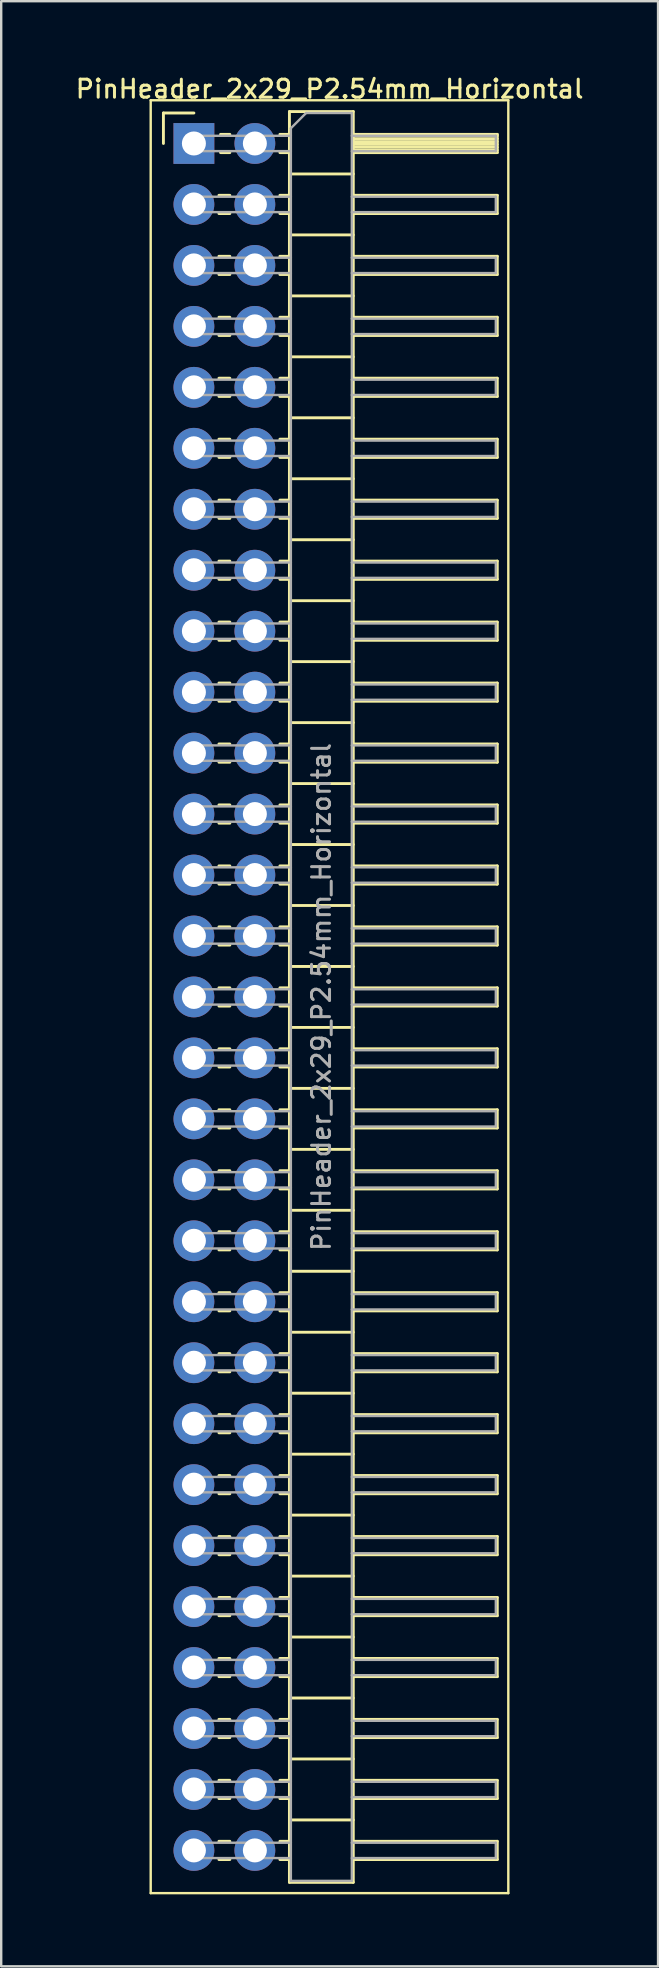
<source format=kicad_pcb>
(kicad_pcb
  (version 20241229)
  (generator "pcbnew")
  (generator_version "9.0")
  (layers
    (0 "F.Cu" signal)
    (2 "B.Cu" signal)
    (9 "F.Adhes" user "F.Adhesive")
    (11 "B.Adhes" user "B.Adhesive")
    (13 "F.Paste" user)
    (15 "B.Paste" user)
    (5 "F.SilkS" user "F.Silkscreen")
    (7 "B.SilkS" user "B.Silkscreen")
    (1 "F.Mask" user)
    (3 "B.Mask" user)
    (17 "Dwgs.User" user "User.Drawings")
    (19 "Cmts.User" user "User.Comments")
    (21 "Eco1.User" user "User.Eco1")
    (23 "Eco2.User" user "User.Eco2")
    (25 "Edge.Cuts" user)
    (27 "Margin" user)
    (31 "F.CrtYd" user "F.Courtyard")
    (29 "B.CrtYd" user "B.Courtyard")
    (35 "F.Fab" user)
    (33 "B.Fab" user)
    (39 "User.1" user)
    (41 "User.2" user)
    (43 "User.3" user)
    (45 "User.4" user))
  (footprint "PinHeader_2x29_P2.54mm_Horizontal"
    (layer "F.Cu")
    (at 5.029 2.928)
    (property "Reference" "PinHeader_2x29_P2.54mm_Horizontal" (at 5.655 -2.27 0) (layer "F.SilkS") (effects (font (size 0.75 0.75) (thickness 0.125))))
    (attr through_hole)
    (fp_line (start -1.8 -1.8) (end -1.8 72.9) (stroke (width 0.1) (type solid)) (layer "F.SilkS"))
    (fp_line (start -1.8 72.9) (end 13.1 72.9) (stroke (width 0.1) (type solid)) (layer "F.SilkS"))
    (fp_line (start -1.27 -1.27) (end 0 -1.27) (stroke (width 0.12) (type solid)) (layer "F.SilkS"))
    (fp_line (start -1.27 0) (end -1.27 -1.27) (stroke (width 0.12) (type solid)) (layer "F.SilkS"))
    (fp_line (start 1.043 2.16) (end 1.497 2.16) (stroke (width 0.12) (type solid)) (layer "F.SilkS"))
    (fp_line (start 1.043 2.92) (end 1.497 2.92) (stroke (width 0.12) (type solid)) (layer "F.SilkS"))
    (fp_line (start 1.043 4.7) (end 1.497 4.7) (stroke (width 0.12) (type solid)) (layer "F.SilkS"))
    (fp_line (start 1.043 5.46) (end 1.497 5.46) (stroke (width 0.12) (type solid)) (layer "F.SilkS"))
    (fp_line (start 1.043 7.24) (end 1.497 7.24) (stroke (width 0.12) (type solid)) (layer "F.SilkS"))
    (fp_line (start 1.043 8) (end 1.497 8) (stroke (width 0.12) (type solid)) (layer "F.SilkS"))
    (fp_line (start 1.043 9.78) (end 1.497 9.78) (stroke (width 0.12) (type solid)) (layer "F.SilkS"))
    (fp_line (start 1.043 10.54) (end 1.497 10.54) (stroke (width 0.12) (type solid)) (layer "F.SilkS"))
    (fp_line (start 1.043 12.32) (end 1.497 12.32) (stroke (width 0.12) (type solid)) (layer "F.SilkS"))
    (fp_line (start 1.043 13.08) (end 1.497 13.08) (stroke (width 0.12) (type solid)) (layer "F.SilkS"))
    (fp_line (start 1.043 14.86) (end 1.497 14.86) (stroke (width 0.12) (type solid)) (layer "F.SilkS"))
    (fp_line (start 1.043 15.62) (end 1.497 15.62) (stroke (width 0.12) (type solid)) (layer "F.SilkS"))
    (fp_line (start 1.043 17.4) (end 1.497 17.4) (stroke (width 0.12) (type solid)) (layer "F.SilkS"))
    (fp_line (start 1.043 18.16) (end 1.497 18.16) (stroke (width 0.12) (type solid)) (layer "F.SilkS"))
    (fp_line (start 1.043 19.94) (end 1.497 19.94) (stroke (width 0.12) (type solid)) (layer "F.SilkS"))
    (fp_line (start 1.043 20.7) (end 1.497 20.7) (stroke (width 0.12) (type solid)) (layer "F.SilkS"))
    (fp_line (start 1.043 22.48) (end 1.497 22.48) (stroke (width 0.12) (type solid)) (layer "F.SilkS"))
    (fp_line (start 1.043 23.24) (end 1.497 23.24) (stroke (width 0.12) (type solid)) (layer "F.SilkS"))
    (fp_line (start 1.043 25.02) (end 1.497 25.02) (stroke (width 0.12) (type solid)) (layer "F.SilkS"))
    (fp_line (start 1.043 25.78) (end 1.497 25.78) (stroke (width 0.12) (type solid)) (layer "F.SilkS"))
    (fp_line (start 1.043 27.56) (end 1.497 27.56) (stroke (width 0.12) (type solid)) (layer "F.SilkS"))
    (fp_line (start 1.043 28.32) (end 1.497 28.32) (stroke (width 0.12) (type solid)) (layer "F.SilkS"))
    (fp_line (start 1.043 30.1) (end 1.497 30.1) (stroke (width 0.12) (type solid)) (layer "F.SilkS"))
    (fp_line (start 1.043 30.86) (end 1.497 30.86) (stroke (width 0.12) (type solid)) (layer "F.SilkS"))
    (fp_line (start 1.043 32.64) (end 1.497 32.64) (stroke (width 0.12) (type solid)) (layer "F.SilkS"))
    (fp_line (start 1.043 33.4) (end 1.497 33.4) (stroke (width 0.12) (type solid)) (layer "F.SilkS"))
    (fp_line (start 1.043 35.18) (end 1.497 35.18) (stroke (width 0.12) (type solid)) (layer "F.SilkS"))
    (fp_line (start 1.043 35.94) (end 1.497 35.94) (stroke (width 0.12) (type solid)) (layer "F.SilkS"))
    (fp_line (start 1.043 37.72) (end 1.497 37.72) (stroke (width 0.12) (type solid)) (layer "F.SilkS"))
    (fp_line (start 1.043 38.48) (end 1.497 38.48) (stroke (width 0.12) (type solid)) (layer "F.SilkS"))
    (fp_line (start 1.043 40.26) (end 1.497 40.26) (stroke (width 0.12) (type solid)) (layer "F.SilkS"))
    (fp_line (start 1.043 41.02) (end 1.497 41.02) (stroke (width 0.12) (type solid)) (layer "F.SilkS"))
    (fp_line (start 1.043 42.8) (end 1.497 42.8) (stroke (width 0.12) (type solid)) (layer "F.SilkS"))
    (fp_line (start 1.043 43.56) (end 1.497 43.56) (stroke (width 0.12) (type solid)) (layer "F.SilkS"))
    (fp_line (start 1.043 45.34) (end 1.497 45.34) (stroke (width 0.12) (type solid)) (layer "F.SilkS"))
    (fp_line (start 1.043 46.1) (end 1.497 46.1) (stroke (width 0.12) (type solid)) (layer "F.SilkS"))
    (fp_line (start 1.043 47.88) (end 1.497 47.88) (stroke (width 0.12) (type solid)) (layer "F.SilkS"))
    (fp_line (start 1.043 48.64) (end 1.497 48.64) (stroke (width 0.12) (type solid)) (layer "F.SilkS"))
    (fp_line (start 1.043 50.42) (end 1.497 50.42) (stroke (width 0.12) (type solid)) (layer "F.SilkS"))
    (fp_line (start 1.043 51.18) (end 1.497 51.18) (stroke (width 0.12) (type solid)) (layer "F.SilkS"))
    (fp_line (start 1.043 52.96) (end 1.497 52.96) (stroke (width 0.12) (type solid)) (layer "F.SilkS"))
    (fp_line (start 1.043 53.72) (end 1.497 53.72) (stroke (width 0.12) (type solid)) (layer "F.SilkS"))
    (fp_line (start 1.043 55.5) (end 1.497 55.5) (stroke (width 0.12) (type solid)) (layer "F.SilkS"))
    (fp_line (start 1.043 56.26) (end 1.497 56.26) (stroke (width 0.12) (type solid)) (layer "F.SilkS"))
    (fp_line (start 1.043 58.04) (end 1.497 58.04) (stroke (width 0.12) (type solid)) (layer "F.SilkS"))
    (fp_line (start 1.043 58.8) (end 1.497 58.8) (stroke (width 0.12) (type solid)) (layer "F.SilkS"))
    (fp_line (start 1.043 60.58) (end 1.497 60.58) (stroke (width 0.12) (type solid)) (layer "F.SilkS"))
    (fp_line (start 1.043 61.34) (end 1.497 61.34) (stroke (width 0.12) (type solid)) (layer "F.SilkS"))
    (fp_line (start 1.043 63.12) (end 1.497 63.12) (stroke (width 0.12) (type solid)) (layer "F.SilkS"))
    (fp_line (start 1.043 63.88) (end 1.497 63.88) (stroke (width 0.12) (type solid)) (layer "F.SilkS"))
    (fp_line (start 1.043 65.66) (end 1.497 65.66) (stroke (width 0.12) (type solid)) (layer "F.SilkS"))
    (fp_line (start 1.043 66.42) (end 1.497 66.42) (stroke (width 0.12) (type solid)) (layer "F.SilkS"))
    (fp_line (start 1.043 68.2) (end 1.497 68.2) (stroke (width 0.12) (type solid)) (layer "F.SilkS"))
    (fp_line (start 1.043 68.96) (end 1.497 68.96) (stroke (width 0.12) (type solid)) (layer "F.SilkS"))
    (fp_line (start 1.043 70.74) (end 1.497 70.74) (stroke (width 0.12) (type solid)) (layer "F.SilkS"))
    (fp_line (start 1.043 71.5) (end 1.497 71.5) (stroke (width 0.12) (type solid)) (layer "F.SilkS"))
    (fp_line (start 1.11 -0.38) (end 1.497 -0.38) (stroke (width 0.12) (type solid)) (layer "F.SilkS"))
    (fp_line (start 1.11 0.38) (end 1.497 0.38) (stroke (width 0.12) (type solid)) (layer "F.SilkS"))
    (fp_line (start 3.583 -0.38) (end 3.98 -0.38) (stroke (width 0.12) (type solid)) (layer "F.SilkS"))
    (fp_line (start 3.583 0.38) (end 3.98 0.38) (stroke (width 0.12) (type solid)) (layer "F.SilkS"))
    (fp_line (start 3.583 2.16) (end 3.98 2.16) (stroke (width 0.12) (type solid)) (layer "F.SilkS"))
    (fp_line (start 3.583 2.92) (end 3.98 2.92) (stroke (width 0.12) (type solid)) (layer "F.SilkS"))
    (fp_line (start 3.583 4.7) (end 3.98 4.7) (stroke (width 0.12) (type solid)) (layer "F.SilkS"))
    (fp_line (start 3.583 5.46) (end 3.98 5.46) (stroke (width 0.12) (type solid)) (layer "F.SilkS"))
    (fp_line (start 3.583 7.24) (end 3.98 7.24) (stroke (width 0.12) (type solid)) (layer "F.SilkS"))
    (fp_line (start 3.583 8) (end 3.98 8) (stroke (width 0.12) (type solid)) (layer "F.SilkS"))
    (fp_line (start 3.583 9.78) (end 3.98 9.78) (stroke (width 0.12) (type solid)) (layer "F.SilkS"))
    (fp_line (start 3.583 10.54) (end 3.98 10.54) (stroke (width 0.12) (type solid)) (layer "F.SilkS"))
    (fp_line (start 3.583 12.32) (end 3.98 12.32) (stroke (width 0.12) (type solid)) (layer "F.SilkS"))
    (fp_line (start 3.583 13.08) (end 3.98 13.08) (stroke (width 0.12) (type solid)) (layer "F.SilkS"))
    (fp_line (start 3.583 14.86) (end 3.98 14.86) (stroke (width 0.12) (type solid)) (layer "F.SilkS"))
    (fp_line (start 3.583 15.62) (end 3.98 15.62) (stroke (width 0.12) (type solid)) (layer "F.SilkS"))
    (fp_line (start 3.583 17.4) (end 3.98 17.4) (stroke (width 0.12) (type solid)) (layer "F.SilkS"))
    (fp_line (start 3.583 18.16) (end 3.98 18.16) (stroke (width 0.12) (type solid)) (layer "F.SilkS"))
    (fp_line (start 3.583 19.94) (end 3.98 19.94) (stroke (width 0.12) (type solid)) (layer "F.SilkS"))
    (fp_line (start 3.583 20.7) (end 3.98 20.7) (stroke (width 0.12) (type solid)) (layer "F.SilkS"))
    (fp_line (start 3.583 22.48) (end 3.98 22.48) (stroke (width 0.12) (type solid)) (layer "F.SilkS"))
    (fp_line (start 3.583 23.24) (end 3.98 23.24) (stroke (width 0.12) (type solid)) (layer "F.SilkS"))
    (fp_line (start 3.583 25.02) (end 3.98 25.02) (stroke (width 0.12) (type solid)) (layer "F.SilkS"))
    (fp_line (start 3.583 25.78) (end 3.98 25.78) (stroke (width 0.12) (type solid)) (layer "F.SilkS"))
    (fp_line (start 3.583 27.56) (end 3.98 27.56) (stroke (width 0.12) (type solid)) (layer "F.SilkS"))
    (fp_line (start 3.583 28.32) (end 3.98 28.32) (stroke (width 0.12) (type solid)) (layer "F.SilkS"))
    (fp_line (start 3.583 30.1) (end 3.98 30.1) (stroke (width 0.12) (type solid)) (layer "F.SilkS"))
    (fp_line (start 3.583 30.86) (end 3.98 30.86) (stroke (width 0.12) (type solid)) (layer "F.SilkS"))
    (fp_line (start 3.583 32.64) (end 3.98 32.64) (stroke (width 0.12) (type solid)) (layer "F.SilkS"))
    (fp_line (start 3.583 33.4) (end 3.98 33.4) (stroke (width 0.12) (type solid)) (layer "F.SilkS"))
    (fp_line (start 3.583 35.18) (end 3.98 35.18) (stroke (width 0.12) (type solid)) (layer "F.SilkS"))
    (fp_line (start 3.583 35.94) (end 3.98 35.94) (stroke (width 0.12) (type solid)) (layer "F.SilkS"))
    (fp_line (start 3.583 37.72) (end 3.98 37.72) (stroke (width 0.12) (type solid)) (layer "F.SilkS"))
    (fp_line (start 3.583 38.48) (end 3.98 38.48) (stroke (width 0.12) (type solid)) (layer "F.SilkS"))
    (fp_line (start 3.583 40.26) (end 3.98 40.26) (stroke (width 0.12) (type solid)) (layer "F.SilkS"))
    (fp_line (start 3.583 41.02) (end 3.98 41.02) (stroke (width 0.12) (type solid)) (layer "F.SilkS"))
    (fp_line (start 3.583 42.8) (end 3.98 42.8) (stroke (width 0.12) (type solid)) (layer "F.SilkS"))
    (fp_line (start 3.583 43.56) (end 3.98 43.56) (stroke (width 0.12) (type solid)) (layer "F.SilkS"))
    (fp_line (start 3.583 45.34) (end 3.98 45.34) (stroke (width 0.12) (type solid)) (layer "F.SilkS"))
    (fp_line (start 3.583 46.1) (end 3.98 46.1) (stroke (width 0.12) (type solid)) (layer "F.SilkS"))
    (fp_line (start 3.583 47.88) (end 3.98 47.88) (stroke (width 0.12) (type solid)) (layer "F.SilkS"))
    (fp_line (start 3.583 48.64) (end 3.98 48.64) (stroke (width 0.12) (type solid)) (layer "F.SilkS"))
    (fp_line (start 3.583 50.42) (end 3.98 50.42) (stroke (width 0.12) (type solid)) (layer "F.SilkS"))
    (fp_line (start 3.583 51.18) (end 3.98 51.18) (stroke (width 0.12) (type solid)) (layer "F.SilkS"))
    (fp_line (start 3.583 52.96) (end 3.98 52.96) (stroke (width 0.12) (type solid)) (layer "F.SilkS"))
    (fp_line (start 3.583 53.72) (end 3.98 53.72) (stroke (width 0.12) (type solid)) (layer "F.SilkS"))
    (fp_line (start 3.583 55.5) (end 3.98 55.5) (stroke (width 0.12) (type solid)) (layer "F.SilkS"))
    (fp_line (start 3.583 56.26) (end 3.98 56.26) (stroke (width 0.12) (type solid)) (layer "F.SilkS"))
    (fp_line (start 3.583 58.04) (end 3.98 58.04) (stroke (width 0.12) (type solid)) (layer "F.SilkS"))
    (fp_line (start 3.583 58.8) (end 3.98 58.8) (stroke (width 0.12) (type solid)) (layer "F.SilkS"))
    (fp_line (start 3.583 60.58) (end 3.98 60.58) (stroke (width 0.12) (type solid)) (layer "F.SilkS"))
    (fp_line (start 3.583 61.34) (end 3.98 61.34) (stroke (width 0.12) (type solid)) (layer "F.SilkS"))
    (fp_line (start 3.583 63.12) (end 3.98 63.12) (stroke (width 0.12) (type solid)) (layer "F.SilkS"))
    (fp_line (start 3.583 63.88) (end 3.98 63.88) (stroke (width 0.12) (type solid)) (layer "F.SilkS"))
    (fp_line (start 3.583 65.66) (end 3.98 65.66) (stroke (width 0.12) (type solid)) (layer "F.SilkS"))
    (fp_line (start 3.583 66.42) (end 3.98 66.42) (stroke (width 0.12) (type solid)) (layer "F.SilkS"))
    (fp_line (start 3.583 68.2) (end 3.98 68.2) (stroke (width 0.12) (type solid)) (layer "F.SilkS"))
    (fp_line (start 3.583 68.96) (end 3.98 68.96) (stroke (width 0.12) (type solid)) (layer "F.SilkS"))
    (fp_line (start 3.583 70.74) (end 3.98 70.74) (stroke (width 0.12) (type solid)) (layer "F.SilkS"))
    (fp_line (start 3.583 71.5) (end 3.98 71.5) (stroke (width 0.12) (type solid)) (layer "F.SilkS"))
    (fp_line (start 3.98 -1.33) (end 3.98 72.45) (stroke (width 0.12) (type solid)) (layer "F.SilkS"))
    (fp_line (start 3.98 1.27) (end 6.64 1.27) (stroke (width 0.12) (type solid)) (layer "F.SilkS"))
    (fp_line (start 3.98 3.81) (end 6.64 3.81) (stroke (width 0.12) (type solid)) (layer "F.SilkS"))
    (fp_line (start 3.98 6.35) (end 6.64 6.35) (stroke (width 0.12) (type solid)) (layer "F.SilkS"))
    (fp_line (start 3.98 8.89) (end 6.64 8.89) (stroke (width 0.12) (type solid)) (layer "F.SilkS"))
    (fp_line (start 3.98 11.43) (end 6.64 11.43) (stroke (width 0.12) (type solid)) (layer "F.SilkS"))
    (fp_line (start 3.98 13.97) (end 6.64 13.97) (stroke (width 0.12) (type solid)) (layer "F.SilkS"))
    (fp_line (start 3.98 16.51) (end 6.64 16.51) (stroke (width 0.12) (type solid)) (layer "F.SilkS"))
    (fp_line (start 3.98 19.05) (end 6.64 19.05) (stroke (width 0.12) (type solid)) (layer "F.SilkS"))
    (fp_line (start 3.98 21.59) (end 6.64 21.59) (stroke (width 0.12) (type solid)) (layer "F.SilkS"))
    (fp_line (start 3.98 24.13) (end 6.64 24.13) (stroke (width 0.12) (type solid)) (layer "F.SilkS"))
    (fp_line (start 3.98 26.67) (end 6.64 26.67) (stroke (width 0.12) (type solid)) (layer "F.SilkS"))
    (fp_line (start 3.98 29.21) (end 6.64 29.21) (stroke (width 0.12) (type solid)) (layer "F.SilkS"))
    (fp_line (start 3.98 31.75) (end 6.64 31.75) (stroke (width 0.12) (type solid)) (layer "F.SilkS"))
    (fp_line (start 3.98 34.29) (end 6.64 34.29) (stroke (width 0.12) (type solid)) (layer "F.SilkS"))
    (fp_line (start 3.98 36.83) (end 6.64 36.83) (stroke (width 0.12) (type solid)) (layer "F.SilkS"))
    (fp_line (start 3.98 39.37) (end 6.64 39.37) (stroke (width 0.12) (type solid)) (layer "F.SilkS"))
    (fp_line (start 3.98 41.91) (end 6.64 41.91) (stroke (width 0.12) (type solid)) (layer "F.SilkS"))
    (fp_line (start 3.98 44.45) (end 6.64 44.45) (stroke (width 0.12) (type solid)) (layer "F.SilkS"))
    (fp_line (start 3.98 46.99) (end 6.64 46.99) (stroke (width 0.12) (type solid)) (layer "F.SilkS"))
    (fp_line (start 3.98 49.53) (end 6.64 49.53) (stroke (width 0.12) (type solid)) (layer "F.SilkS"))
    (fp_line (start 3.98 52.07) (end 6.64 52.07) (stroke (width 0.12) (type solid)) (layer "F.SilkS"))
    (fp_line (start 3.98 54.61) (end 6.64 54.61) (stroke (width 0.12) (type solid)) (layer "F.SilkS"))
    (fp_line (start 3.98 57.15) (end 6.64 57.15) (stroke (width 0.12) (type solid)) (layer "F.SilkS"))
    (fp_line (start 3.98 59.69) (end 6.64 59.69) (stroke (width 0.12) (type solid)) (layer "F.SilkS"))
    (fp_line (start 3.98 62.23) (end 6.64 62.23) (stroke (width 0.12) (type solid)) (layer "F.SilkS"))
    (fp_line (start 3.98 64.77) (end 6.64 64.77) (stroke (width 0.12) (type solid)) (layer "F.SilkS"))
    (fp_line (start 3.98 67.31) (end 6.64 67.31) (stroke (width 0.12) (type solid)) (layer "F.SilkS"))
    (fp_line (start 3.98 69.85) (end 6.64 69.85) (stroke (width 0.12) (type solid)) (layer "F.SilkS"))
    (fp_line (start 3.98 72.45) (end 6.64 72.45) (stroke (width 0.12) (type solid)) (layer "F.SilkS"))
    (fp_line (start 6.64 -1.33) (end 3.98 -1.33) (stroke (width 0.12) (type solid)) (layer "F.SilkS"))
    (fp_line (start 6.64 -0.38) (end 12.64 -0.38) (stroke (width 0.12) (type solid)) (layer "F.SilkS"))
    (fp_line (start 6.64 -0.32) (end 12.64 -0.32) (stroke (width 0.12) (type solid)) (layer "F.SilkS"))
    (fp_line (start 6.64 -0.2) (end 12.64 -0.2) (stroke (width 0.12) (type solid)) (layer "F.SilkS"))
    (fp_line (start 6.64 -0.08) (end 12.64 -0.08) (stroke (width 0.12) (type solid)) (layer "F.SilkS"))
    (fp_line (start 6.64 0.04) (end 12.64 0.04) (stroke (width 0.12) (type solid)) (layer "F.SilkS"))
    (fp_line (start 6.64 0.16) (end 12.64 0.16) (stroke (width 0.12) (type solid)) (layer "F.SilkS"))
    (fp_line (start 6.64 0.28) (end 12.64 0.28) (stroke (width 0.12) (type solid)) (layer "F.SilkS"))
    (fp_line (start 6.64 2.16) (end 12.64 2.16) (stroke (width 0.12) (type solid)) (layer "F.SilkS"))
    (fp_line (start 6.64 4.7) (end 12.64 4.7) (stroke (width 0.12) (type solid)) (layer "F.SilkS"))
    (fp_line (start 6.64 7.24) (end 12.64 7.24) (stroke (width 0.12) (type solid)) (layer "F.SilkS"))
    (fp_line (start 6.64 9.78) (end 12.64 9.78) (stroke (width 0.12) (type solid)) (layer "F.SilkS"))
    (fp_line (start 6.64 12.32) (end 12.64 12.32) (stroke (width 0.12) (type solid)) (layer "F.SilkS"))
    (fp_line (start 6.64 14.86) (end 12.64 14.86) (stroke (width 0.12) (type solid)) (layer "F.SilkS"))
    (fp_line (start 6.64 17.4) (end 12.64 17.4) (stroke (width 0.12) (type solid)) (layer "F.SilkS"))
    (fp_line (start 6.64 19.94) (end 12.64 19.94) (stroke (width 0.12) (type solid)) (layer "F.SilkS"))
    (fp_line (start 6.64 22.48) (end 12.64 22.48) (stroke (width 0.12) (type solid)) (layer "F.SilkS"))
    (fp_line (start 6.64 25.02) (end 12.64 25.02) (stroke (width 0.12) (type solid)) (layer "F.SilkS"))
    (fp_line (start 6.64 27.56) (end 12.64 27.56) (stroke (width 0.12) (type solid)) (layer "F.SilkS"))
    (fp_line (start 6.64 30.1) (end 12.64 30.1) (stroke (width 0.12) (type solid)) (layer "F.SilkS"))
    (fp_line (start 6.64 32.64) (end 12.64 32.64) (stroke (width 0.12) (type solid)) (layer "F.SilkS"))
    (fp_line (start 6.64 35.18) (end 12.64 35.18) (stroke (width 0.12) (type solid)) (layer "F.SilkS"))
    (fp_line (start 6.64 37.72) (end 12.64 37.72) (stroke (width 0.12) (type solid)) (layer "F.SilkS"))
    (fp_line (start 6.64 40.26) (end 12.64 40.26) (stroke (width 0.12) (type solid)) (layer "F.SilkS"))
    (fp_line (start 6.64 42.8) (end 12.64 42.8) (stroke (width 0.12) (type solid)) (layer "F.SilkS"))
    (fp_line (start 6.64 45.34) (end 12.64 45.34) (stroke (width 0.12) (type solid)) (layer "F.SilkS"))
    (fp_line (start 6.64 47.88) (end 12.64 47.88) (stroke (width 0.12) (type solid)) (layer "F.SilkS"))
    (fp_line (start 6.64 50.42) (end 12.64 50.42) (stroke (width 0.12) (type solid)) (layer "F.SilkS"))
    (fp_line (start 6.64 52.96) (end 12.64 52.96) (stroke (width 0.12) (type solid)) (layer "F.SilkS"))
    (fp_line (start 6.64 55.5) (end 12.64 55.5) (stroke (width 0.12) (type solid)) (layer "F.SilkS"))
    (fp_line (start 6.64 58.04) (end 12.64 58.04) (stroke (width 0.12) (type solid)) (layer "F.SilkS"))
    (fp_line (start 6.64 60.58) (end 12.64 60.58) (stroke (width 0.12) (type solid)) (layer "F.SilkS"))
    (fp_line (start 6.64 63.12) (end 12.64 63.12) (stroke (width 0.12) (type solid)) (layer "F.SilkS"))
    (fp_line (start 6.64 65.66) (end 12.64 65.66) (stroke (width 0.12) (type solid)) (layer "F.SilkS"))
    (fp_line (start 6.64 68.2) (end 12.64 68.2) (stroke (width 0.12) (type solid)) (layer "F.SilkS"))
    (fp_line (start 6.64 70.74) (end 12.64 70.74) (stroke (width 0.12) (type solid)) (layer "F.SilkS"))
    (fp_line (start 6.64 72.45) (end 6.64 -1.33) (stroke (width 0.12) (type solid)) (layer "F.SilkS"))
    (fp_line (start 12.64 -0.38) (end 12.64 0.38) (stroke (width 0.12) (type solid)) (layer "F.SilkS"))
    (fp_line (start 12.64 0.38) (end 6.64 0.38) (stroke (width 0.12) (type solid)) (layer "F.SilkS"))
    (fp_line (start 12.64 2.16) (end 12.64 2.92) (stroke (width 0.12) (type solid)) (layer "F.SilkS"))
    (fp_line (start 12.64 2.92) (end 6.64 2.92) (stroke (width 0.12) (type solid)) (layer "F.SilkS"))
    (fp_line (start 12.64 4.7) (end 12.64 5.46) (stroke (width 0.12) (type solid)) (layer "F.SilkS"))
    (fp_line (start 12.64 5.46) (end 6.64 5.46) (stroke (width 0.12) (type solid)) (layer "F.SilkS"))
    (fp_line (start 12.64 7.24) (end 12.64 8) (stroke (width 0.12) (type solid)) (layer "F.SilkS"))
    (fp_line (start 12.64 8) (end 6.64 8) (stroke (width 0.12) (type solid)) (layer "F.SilkS"))
    (fp_line (start 12.64 9.78) (end 12.64 10.54) (stroke (width 0.12) (type solid)) (layer "F.SilkS"))
    (fp_line (start 12.64 10.54) (end 6.64 10.54) (stroke (width 0.12) (type solid)) (layer "F.SilkS"))
    (fp_line (start 12.64 12.32) (end 12.64 13.08) (stroke (width 0.12) (type solid)) (layer "F.SilkS"))
    (fp_line (start 12.64 13.08) (end 6.64 13.08) (stroke (width 0.12) (type solid)) (layer "F.SilkS"))
    (fp_line (start 12.64 14.86) (end 12.64 15.62) (stroke (width 0.12) (type solid)) (layer "F.SilkS"))
    (fp_line (start 12.64 15.62) (end 6.64 15.62) (stroke (width 0.12) (type solid)) (layer "F.SilkS"))
    (fp_line (start 12.64 17.4) (end 12.64 18.16) (stroke (width 0.12) (type solid)) (layer "F.SilkS"))
    (fp_line (start 12.64 18.16) (end 6.64 18.16) (stroke (width 0.12) (type solid)) (layer "F.SilkS"))
    (fp_line (start 12.64 19.94) (end 12.64 20.7) (stroke (width 0.12) (type solid)) (layer "F.SilkS"))
    (fp_line (start 12.64 20.7) (end 6.64 20.7) (stroke (width 0.12) (type solid)) (layer "F.SilkS"))
    (fp_line (start 12.64 22.48) (end 12.64 23.24) (stroke (width 0.12) (type solid)) (layer "F.SilkS"))
    (fp_line (start 12.64 23.24) (end 6.64 23.24) (stroke (width 0.12) (type solid)) (layer "F.SilkS"))
    (fp_line (start 12.64 25.02) (end 12.64 25.78) (stroke (width 0.12) (type solid)) (layer "F.SilkS"))
    (fp_line (start 12.64 25.78) (end 6.64 25.78) (stroke (width 0.12) (type solid)) (layer "F.SilkS"))
    (fp_line (start 12.64 27.56) (end 12.64 28.32) (stroke (width 0.12) (type solid)) (layer "F.SilkS"))
    (fp_line (start 12.64 28.32) (end 6.64 28.32) (stroke (width 0.12) (type solid)) (layer "F.SilkS"))
    (fp_line (start 12.64 30.1) (end 12.64 30.86) (stroke (width 0.12) (type solid)) (layer "F.SilkS"))
    (fp_line (start 12.64 30.86) (end 6.64 30.86) (stroke (width 0.12) (type solid)) (layer "F.SilkS"))
    (fp_line (start 12.64 32.64) (end 12.64 33.4) (stroke (width 0.12) (type solid)) (layer "F.SilkS"))
    (fp_line (start 12.64 33.4) (end 6.64 33.4) (stroke (width 0.12) (type solid)) (layer "F.SilkS"))
    (fp_line (start 12.64 35.18) (end 12.64 35.94) (stroke (width 0.12) (type solid)) (layer "F.SilkS"))
    (fp_line (start 12.64 35.94) (end 6.64 35.94) (stroke (width 0.12) (type solid)) (layer "F.SilkS"))
    (fp_line (start 12.64 37.72) (end 12.64 38.48) (stroke (width 0.12) (type solid)) (layer "F.SilkS"))
    (fp_line (start 12.64 38.48) (end 6.64 38.48) (stroke (width 0.12) (type solid)) (layer "F.SilkS"))
    (fp_line (start 12.64 40.26) (end 12.64 41.02) (stroke (width 0.12) (type solid)) (layer "F.SilkS"))
    (fp_line (start 12.64 41.02) (end 6.64 41.02) (stroke (width 0.12) (type solid)) (layer "F.SilkS"))
    (fp_line (start 12.64 42.8) (end 12.64 43.56) (stroke (width 0.12) (type solid)) (layer "F.SilkS"))
    (fp_line (start 12.64 43.56) (end 6.64 43.56) (stroke (width 0.12) (type solid)) (layer "F.SilkS"))
    (fp_line (start 12.64 45.34) (end 12.64 46.1) (stroke (width 0.12) (type solid)) (layer "F.SilkS"))
    (fp_line (start 12.64 46.1) (end 6.64 46.1) (stroke (width 0.12) (type solid)) (layer "F.SilkS"))
    (fp_line (start 12.64 47.88) (end 12.64 48.64) (stroke (width 0.12) (type solid)) (layer "F.SilkS"))
    (fp_line (start 12.64 48.64) (end 6.64 48.64) (stroke (width 0.12) (type solid)) (layer "F.SilkS"))
    (fp_line (start 12.64 50.42) (end 12.64 51.18) (stroke (width 0.12) (type solid)) (layer "F.SilkS"))
    (fp_line (start 12.64 51.18) (end 6.64 51.18) (stroke (width 0.12) (type solid)) (layer "F.SilkS"))
    (fp_line (start 12.64 52.96) (end 12.64 53.72) (stroke (width 0.12) (type solid)) (layer "F.SilkS"))
    (fp_line (start 12.64 53.72) (end 6.64 53.72) (stroke (width 0.12) (type solid)) (layer "F.SilkS"))
    (fp_line (start 12.64 55.5) (end 12.64 56.26) (stroke (width 0.12) (type solid)) (layer "F.SilkS"))
    (fp_line (start 12.64 56.26) (end 6.64 56.26) (stroke (width 0.12) (type solid)) (layer "F.SilkS"))
    (fp_line (start 12.64 58.04) (end 12.64 58.8) (stroke (width 0.12) (type solid)) (layer "F.SilkS"))
    (fp_line (start 12.64 58.8) (end 6.64 58.8) (stroke (width 0.12) (type solid)) (layer "F.SilkS"))
    (fp_line (start 12.64 60.58) (end 12.64 61.34) (stroke (width 0.12) (type solid)) (layer "F.SilkS"))
    (fp_line (start 12.64 61.34) (end 6.64 61.34) (stroke (width 0.12) (type solid)) (layer "F.SilkS"))
    (fp_line (start 12.64 63.12) (end 12.64 63.88) (stroke (width 0.12) (type solid)) (layer "F.SilkS"))
    (fp_line (start 12.64 63.88) (end 6.64 63.88) (stroke (width 0.12) (type solid)) (layer "F.SilkS"))
    (fp_line (start 12.64 65.66) (end 12.64 66.42) (stroke (width 0.12) (type solid)) (layer "F.SilkS"))
    (fp_line (start 12.64 66.42) (end 6.64 66.42) (stroke (width 0.12) (type solid)) (layer "F.SilkS"))
    (fp_line (start 12.64 68.2) (end 12.64 68.96) (stroke (width 0.12) (type solid)) (layer "F.SilkS"))
    (fp_line (start 12.64 68.96) (end 6.64 68.96) (stroke (width 0.12) (type solid)) (layer "F.SilkS"))
    (fp_line (start 12.64 70.74) (end 12.64 71.5) (stroke (width 0.12) (type solid)) (layer "F.SilkS"))
    (fp_line (start 12.64 71.5) (end 6.64 71.5) (stroke (width 0.12) (type solid)) (layer "F.SilkS"))
    (fp_line (start 13.1 -1.8) (end -1.8 -1.8) (stroke (width 0.1) (type solid)) (layer "F.SilkS"))
    (fp_line (start 13.1 72.9) (end 13.1 -1.8) (stroke (width 0.1) (type solid)) (layer "F.SilkS"))
    (fp_line (start -0.32 -0.32) (end -0.32 0.32) (stroke (width 0.1) (type solid)) (layer "F.Fab"))
    (fp_line (start -0.32 -0.32) (end 4.04 -0.32) (stroke (width 0.1) (type solid)) (layer "F.Fab"))
    (fp_line (start -0.32 0.32) (end 4.04 0.32) (stroke (width 0.1) (type solid)) (layer "F.Fab"))
    (fp_line (start -0.32 2.22) (end -0.32 2.86) (stroke (width 0.1) (type solid)) (layer "F.Fab"))
    (fp_line (start -0.32 2.22) (end 4.04 2.22) (stroke (width 0.1) (type solid)) (layer "F.Fab"))
    (fp_line (start -0.32 2.86) (end 4.04 2.86) (stroke (width 0.1) (type solid)) (layer "F.Fab"))
    (fp_line (start -0.32 4.76) (end -0.32 5.4) (stroke (width 0.1) (type solid)) (layer "F.Fab"))
    (fp_line (start -0.32 4.76) (end 4.04 4.76) (stroke (width 0.1) (type solid)) (layer "F.Fab"))
    (fp_line (start -0.32 5.4) (end 4.04 5.4) (stroke (width 0.1) (type solid)) (layer "F.Fab"))
    (fp_line (start -0.32 7.3) (end -0.32 7.94) (stroke (width 0.1) (type solid)) (layer "F.Fab"))
    (fp_line (start -0.32 7.3) (end 4.04 7.3) (stroke (width 0.1) (type solid)) (layer "F.Fab"))
    (fp_line (start -0.32 7.94) (end 4.04 7.94) (stroke (width 0.1) (type solid)) (layer "F.Fab"))
    (fp_line (start -0.32 9.84) (end -0.32 10.48) (stroke (width 0.1) (type solid)) (layer "F.Fab"))
    (fp_line (start -0.32 9.84) (end 4.04 9.84) (stroke (width 0.1) (type solid)) (layer "F.Fab"))
    (fp_line (start -0.32 10.48) (end 4.04 10.48) (stroke (width 0.1) (type solid)) (layer "F.Fab"))
    (fp_line (start -0.32 12.38) (end -0.32 13.02) (stroke (width 0.1) (type solid)) (layer "F.Fab"))
    (fp_line (start -0.32 12.38) (end 4.04 12.38) (stroke (width 0.1) (type solid)) (layer "F.Fab"))
    (fp_line (start -0.32 13.02) (end 4.04 13.02) (stroke (width 0.1) (type solid)) (layer "F.Fab"))
    (fp_line (start -0.32 14.92) (end -0.32 15.56) (stroke (width 0.1) (type solid)) (layer "F.Fab"))
    (fp_line (start -0.32 14.92) (end 4.04 14.92) (stroke (width 0.1) (type solid)) (layer "F.Fab"))
    (fp_line (start -0.32 15.56) (end 4.04 15.56) (stroke (width 0.1) (type solid)) (layer "F.Fab"))
    (fp_line (start -0.32 17.46) (end -0.32 18.1) (stroke (width 0.1) (type solid)) (layer "F.Fab"))
    (fp_line (start -0.32 17.46) (end 4.04 17.46) (stroke (width 0.1) (type solid)) (layer "F.Fab"))
    (fp_line (start -0.32 18.1) (end 4.04 18.1) (stroke (width 0.1) (type solid)) (layer "F.Fab"))
    (fp_line (start -0.32 20) (end -0.32 20.64) (stroke (width 0.1) (type solid)) (layer "F.Fab"))
    (fp_line (start -0.32 20) (end 4.04 20) (stroke (width 0.1) (type solid)) (layer "F.Fab"))
    (fp_line (start -0.32 20.64) (end 4.04 20.64) (stroke (width 0.1) (type solid)) (layer "F.Fab"))
    (fp_line (start -0.32 22.54) (end -0.32 23.18) (stroke (width 0.1) (type solid)) (layer "F.Fab"))
    (fp_line (start -0.32 22.54) (end 4.04 22.54) (stroke (width 0.1) (type solid)) (layer "F.Fab"))
    (fp_line (start -0.32 23.18) (end 4.04 23.18) (stroke (width 0.1) (type solid)) (layer "F.Fab"))
    (fp_line (start -0.32 25.08) (end -0.32 25.72) (stroke (width 0.1) (type solid)) (layer "F.Fab"))
    (fp_line (start -0.32 25.08) (end 4.04 25.08) (stroke (width 0.1) (type solid)) (layer "F.Fab"))
    (fp_line (start -0.32 25.72) (end 4.04 25.72) (stroke (width 0.1) (type solid)) (layer "F.Fab"))
    (fp_line (start -0.32 27.62) (end -0.32 28.26) (stroke (width 0.1) (type solid)) (layer "F.Fab"))
    (fp_line (start -0.32 27.62) (end 4.04 27.62) (stroke (width 0.1) (type solid)) (layer "F.Fab"))
    (fp_line (start -0.32 28.26) (end 4.04 28.26) (stroke (width 0.1) (type solid)) (layer "F.Fab"))
    (fp_line (start -0.32 30.16) (end -0.32 30.8) (stroke (width 0.1) (type solid)) (layer "F.Fab"))
    (fp_line (start -0.32 30.16) (end 4.04 30.16) (stroke (width 0.1) (type solid)) (layer "F.Fab"))
    (fp_line (start -0.32 30.8) (end 4.04 30.8) (stroke (width 0.1) (type solid)) (layer "F.Fab"))
    (fp_line (start -0.32 32.7) (end -0.32 33.34) (stroke (width 0.1) (type solid)) (layer "F.Fab"))
    (fp_line (start -0.32 32.7) (end 4.04 32.7) (stroke (width 0.1) (type solid)) (layer "F.Fab"))
    (fp_line (start -0.32 33.34) (end 4.04 33.34) (stroke (width 0.1) (type solid)) (layer "F.Fab"))
    (fp_line (start -0.32 35.24) (end -0.32 35.88) (stroke (width 0.1) (type solid)) (layer "F.Fab"))
    (fp_line (start -0.32 35.24) (end 4.04 35.24) (stroke (width 0.1) (type solid)) (layer "F.Fab"))
    (fp_line (start -0.32 35.88) (end 4.04 35.88) (stroke (width 0.1) (type solid)) (layer "F.Fab"))
    (fp_line (start -0.32 37.78) (end -0.32 38.42) (stroke (width 0.1) (type solid)) (layer "F.Fab"))
    (fp_line (start -0.32 37.78) (end 4.04 37.78) (stroke (width 0.1) (type solid)) (layer "F.Fab"))
    (fp_line (start -0.32 38.42) (end 4.04 38.42) (stroke (width 0.1) (type solid)) (layer "F.Fab"))
    (fp_line (start -0.32 40.32) (end -0.32 40.96) (stroke (width 0.1) (type solid)) (layer "F.Fab"))
    (fp_line (start -0.32 40.32) (end 4.04 40.32) (stroke (width 0.1) (type solid)) (layer "F.Fab"))
    (fp_line (start -0.32 40.96) (end 4.04 40.96) (stroke (width 0.1) (type solid)) (layer "F.Fab"))
    (fp_line (start -0.32 42.86) (end -0.32 43.5) (stroke (width 0.1) (type solid)) (layer "F.Fab"))
    (fp_line (start -0.32 42.86) (end 4.04 42.86) (stroke (width 0.1) (type solid)) (layer "F.Fab"))
    (fp_line (start -0.32 43.5) (end 4.04 43.5) (stroke (width 0.1) (type solid)) (layer "F.Fab"))
    (fp_line (start -0.32 45.4) (end -0.32 46.04) (stroke (width 0.1) (type solid)) (layer "F.Fab"))
    (fp_line (start -0.32 45.4) (end 4.04 45.4) (stroke (width 0.1) (type solid)) (layer "F.Fab"))
    (fp_line (start -0.32 46.04) (end 4.04 46.04) (stroke (width 0.1) (type solid)) (layer "F.Fab"))
    (fp_line (start -0.32 47.94) (end -0.32 48.58) (stroke (width 0.1) (type solid)) (layer "F.Fab"))
    (fp_line (start -0.32 47.94) (end 4.04 47.94) (stroke (width 0.1) (type solid)) (layer "F.Fab"))
    (fp_line (start -0.32 48.58) (end 4.04 48.58) (stroke (width 0.1) (type solid)) (layer "F.Fab"))
    (fp_line (start -0.32 50.48) (end -0.32 51.12) (stroke (width 0.1) (type solid)) (layer "F.Fab"))
    (fp_line (start -0.32 50.48) (end 4.04 50.48) (stroke (width 0.1) (type solid)) (layer "F.Fab"))
    (fp_line (start -0.32 51.12) (end 4.04 51.12) (stroke (width 0.1) (type solid)) (layer "F.Fab"))
    (fp_line (start -0.32 53.02) (end -0.32 53.66) (stroke (width 0.1) (type solid)) (layer "F.Fab"))
    (fp_line (start -0.32 53.02) (end 4.04 53.02) (stroke (width 0.1) (type solid)) (layer "F.Fab"))
    (fp_line (start -0.32 53.66) (end 4.04 53.66) (stroke (width 0.1) (type solid)) (layer "F.Fab"))
    (fp_line (start -0.32 55.56) (end -0.32 56.2) (stroke (width 0.1) (type solid)) (layer "F.Fab"))
    (fp_line (start -0.32 55.56) (end 4.04 55.56) (stroke (width 0.1) (type solid)) (layer "F.Fab"))
    (fp_line (start -0.32 56.2) (end 4.04 56.2) (stroke (width 0.1) (type solid)) (layer "F.Fab"))
    (fp_line (start -0.32 58.1) (end -0.32 58.74) (stroke (width 0.1) (type solid)) (layer "F.Fab"))
    (fp_line (start -0.32 58.1) (end 4.04 58.1) (stroke (width 0.1) (type solid)) (layer "F.Fab"))
    (fp_line (start -0.32 58.74) (end 4.04 58.74) (stroke (width 0.1) (type solid)) (layer "F.Fab"))
    (fp_line (start -0.32 60.64) (end -0.32 61.28) (stroke (width 0.1) (type solid)) (layer "F.Fab"))
    (fp_line (start -0.32 60.64) (end 4.04 60.64) (stroke (width 0.1) (type solid)) (layer "F.Fab"))
    (fp_line (start -0.32 61.28) (end 4.04 61.28) (stroke (width 0.1) (type solid)) (layer "F.Fab"))
    (fp_line (start -0.32 63.18) (end -0.32 63.82) (stroke (width 0.1) (type solid)) (layer "F.Fab"))
    (fp_line (start -0.32 63.18) (end 4.04 63.18) (stroke (width 0.1) (type solid)) (layer "F.Fab"))
    (fp_line (start -0.32 63.82) (end 4.04 63.82) (stroke (width 0.1) (type solid)) (layer "F.Fab"))
    (fp_line (start -0.32 65.72) (end -0.32 66.36) (stroke (width 0.1) (type solid)) (layer "F.Fab"))
    (fp_line (start -0.32 65.72) (end 4.04 65.72) (stroke (width 0.1) (type solid)) (layer "F.Fab"))
    (fp_line (start -0.32 66.36) (end 4.04 66.36) (stroke (width 0.1) (type solid)) (layer "F.Fab"))
    (fp_line (start -0.32 68.26) (end -0.32 68.9) (stroke (width 0.1) (type solid)) (layer "F.Fab"))
    (fp_line (start -0.32 68.26) (end 4.04 68.26) (stroke (width 0.1) (type solid)) (layer "F.Fab"))
    (fp_line (start -0.32 68.9) (end 4.04 68.9) (stroke (width 0.1) (type solid)) (layer "F.Fab"))
    (fp_line (start -0.32 70.8) (end -0.32 71.44) (stroke (width 0.1) (type solid)) (layer "F.Fab"))
    (fp_line (start -0.32 70.8) (end 4.04 70.8) (stroke (width 0.1) (type solid)) (layer "F.Fab"))
    (fp_line (start -0.32 71.44) (end 4.04 71.44) (stroke (width 0.1) (type solid)) (layer "F.Fab"))
    (fp_line (start 4.04 -0.635) (end 4.675 -1.27) (stroke (width 0.1) (type solid)) (layer "F.Fab"))
    (fp_line (start 4.04 72.39) (end 4.04 -0.635) (stroke (width 0.1) (type solid)) (layer "F.Fab"))
    (fp_line (start 4.675 -1.27) (end 6.58 -1.27) (stroke (width 0.1) (type solid)) (layer "F.Fab"))
    (fp_line (start 6.58 -1.27) (end 6.58 72.39) (stroke (width 0.1) (type solid)) (layer "F.Fab"))
    (fp_line (start 6.58 -0.32) (end 12.58 -0.32) (stroke (width 0.1) (type solid)) (layer "F.Fab"))
    (fp_line (start 6.58 0.32) (end 12.58 0.32) (stroke (width 0.1) (type solid)) (layer "F.Fab"))
    (fp_line (start 6.58 2.22) (end 12.58 2.22) (stroke (width 0.1) (type solid)) (layer "F.Fab"))
    (fp_line (start 6.58 2.86) (end 12.58 2.86) (stroke (width 0.1) (type solid)) (layer "F.Fab"))
    (fp_line (start 6.58 4.76) (end 12.58 4.76) (stroke (width 0.1) (type solid)) (layer "F.Fab"))
    (fp_line (start 6.58 5.4) (end 12.58 5.4) (stroke (width 0.1) (type solid)) (layer "F.Fab"))
    (fp_line (start 6.58 7.3) (end 12.58 7.3) (stroke (width 0.1) (type solid)) (layer "F.Fab"))
    (fp_line (start 6.58 7.94) (end 12.58 7.94) (stroke (width 0.1) (type solid)) (layer "F.Fab"))
    (fp_line (start 6.58 9.84) (end 12.58 9.84) (stroke (width 0.1) (type solid)) (layer "F.Fab"))
    (fp_line (start 6.58 10.48) (end 12.58 10.48) (stroke (width 0.1) (type solid)) (layer "F.Fab"))
    (fp_line (start 6.58 12.38) (end 12.58 12.38) (stroke (width 0.1) (type solid)) (layer "F.Fab"))
    (fp_line (start 6.58 13.02) (end 12.58 13.02) (stroke (width 0.1) (type solid)) (layer "F.Fab"))
    (fp_line (start 6.58 14.92) (end 12.58 14.92) (stroke (width 0.1) (type solid)) (layer "F.Fab"))
    (fp_line (start 6.58 15.56) (end 12.58 15.56) (stroke (width 0.1) (type solid)) (layer "F.Fab"))
    (fp_line (start 6.58 17.46) (end 12.58 17.46) (stroke (width 0.1) (type solid)) (layer "F.Fab"))
    (fp_line (start 6.58 18.1) (end 12.58 18.1) (stroke (width 0.1) (type solid)) (layer "F.Fab"))
    (fp_line (start 6.58 20) (end 12.58 20) (stroke (width 0.1) (type solid)) (layer "F.Fab"))
    (fp_line (start 6.58 20.64) (end 12.58 20.64) (stroke (width 0.1) (type solid)) (layer "F.Fab"))
    (fp_line (start 6.58 22.54) (end 12.58 22.54) (stroke (width 0.1) (type solid)) (layer "F.Fab"))
    (fp_line (start 6.58 23.18) (end 12.58 23.18) (stroke (width 0.1) (type solid)) (layer "F.Fab"))
    (fp_line (start 6.58 25.08) (end 12.58 25.08) (stroke (width 0.1) (type solid)) (layer "F.Fab"))
    (fp_line (start 6.58 25.72) (end 12.58 25.72) (stroke (width 0.1) (type solid)) (layer "F.Fab"))
    (fp_line (start 6.58 27.62) (end 12.58 27.62) (stroke (width 0.1) (type solid)) (layer "F.Fab"))
    (fp_line (start 6.58 28.26) (end 12.58 28.26) (stroke (width 0.1) (type solid)) (layer "F.Fab"))
    (fp_line (start 6.58 30.16) (end 12.58 30.16) (stroke (width 0.1) (type solid)) (layer "F.Fab"))
    (fp_line (start 6.58 30.8) (end 12.58 30.8) (stroke (width 0.1) (type solid)) (layer "F.Fab"))
    (fp_line (start 6.58 32.7) (end 12.58 32.7) (stroke (width 0.1) (type solid)) (layer "F.Fab"))
    (fp_line (start 6.58 33.34) (end 12.58 33.34) (stroke (width 0.1) (type solid)) (layer "F.Fab"))
    (fp_line (start 6.58 35.24) (end 12.58 35.24) (stroke (width 0.1) (type solid)) (layer "F.Fab"))
    (fp_line (start 6.58 35.88) (end 12.58 35.88) (stroke (width 0.1) (type solid)) (layer "F.Fab"))
    (fp_line (start 6.58 37.78) (end 12.58 37.78) (stroke (width 0.1) (type solid)) (layer "F.Fab"))
    (fp_line (start 6.58 38.42) (end 12.58 38.42) (stroke (width 0.1) (type solid)) (layer "F.Fab"))
    (fp_line (start 6.58 40.32) (end 12.58 40.32) (stroke (width 0.1) (type solid)) (layer "F.Fab"))
    (fp_line (start 6.58 40.96) (end 12.58 40.96) (stroke (width 0.1) (type solid)) (layer "F.Fab"))
    (fp_line (start 6.58 42.86) (end 12.58 42.86) (stroke (width 0.1) (type solid)) (layer "F.Fab"))
    (fp_line (start 6.58 43.5) (end 12.58 43.5) (stroke (width 0.1) (type solid)) (layer "F.Fab"))
    (fp_line (start 6.58 45.4) (end 12.58 45.4) (stroke (width 0.1) (type solid)) (layer "F.Fab"))
    (fp_line (start 6.58 46.04) (end 12.58 46.04) (stroke (width 0.1) (type solid)) (layer "F.Fab"))
    (fp_line (start 6.58 47.94) (end 12.58 47.94) (stroke (width 0.1) (type solid)) (layer "F.Fab"))
    (fp_line (start 6.58 48.58) (end 12.58 48.58) (stroke (width 0.1) (type solid)) (layer "F.Fab"))
    (fp_line (start 6.58 50.48) (end 12.58 50.48) (stroke (width 0.1) (type solid)) (layer "F.Fab"))
    (fp_line (start 6.58 51.12) (end 12.58 51.12) (stroke (width 0.1) (type solid)) (layer "F.Fab"))
    (fp_line (start 6.58 53.02) (end 12.58 53.02) (stroke (width 0.1) (type solid)) (layer "F.Fab"))
    (fp_line (start 6.58 53.66) (end 12.58 53.66) (stroke (width 0.1) (type solid)) (layer "F.Fab"))
    (fp_line (start 6.58 55.56) (end 12.58 55.56) (stroke (width 0.1) (type solid)) (layer "F.Fab"))
    (fp_line (start 6.58 56.2) (end 12.58 56.2) (stroke (width 0.1) (type solid)) (layer "F.Fab"))
    (fp_line (start 6.58 58.1) (end 12.58 58.1) (stroke (width 0.1) (type solid)) (layer "F.Fab"))
    (fp_line (start 6.58 58.74) (end 12.58 58.74) (stroke (width 0.1) (type solid)) (layer "F.Fab"))
    (fp_line (start 6.58 60.64) (end 12.58 60.64) (stroke (width 0.1) (type solid)) (layer "F.Fab"))
    (fp_line (start 6.58 61.28) (end 12.58 61.28) (stroke (width 0.1) (type solid)) (layer "F.Fab"))
    (fp_line (start 6.58 63.18) (end 12.58 63.18) (stroke (width 0.1) (type solid)) (layer "F.Fab"))
    (fp_line (start 6.58 63.82) (end 12.58 63.82) (stroke (width 0.1) (type solid)) (layer "F.Fab"))
    (fp_line (start 6.58 65.72) (end 12.58 65.72) (stroke (width 0.1) (type solid)) (layer "F.Fab"))
    (fp_line (start 6.58 66.36) (end 12.58 66.36) (stroke (width 0.1) (type solid)) (layer "F.Fab"))
    (fp_line (start 6.58 68.26) (end 12.58 68.26) (stroke (width 0.1) (type solid)) (layer "F.Fab"))
    (fp_line (start 6.58 68.9) (end 12.58 68.9) (stroke (width 0.1) (type solid)) (layer "F.Fab"))
    (fp_line (start 6.58 70.8) (end 12.58 70.8) (stroke (width 0.1) (type solid)) (layer "F.Fab"))
    (fp_line (start 6.58 71.44) (end 12.58 71.44) (stroke (width 0.1) (type solid)) (layer "F.Fab"))
    (fp_line (start 6.58 72.39) (end 4.04 72.39) (stroke (width 0.1) (type solid)) (layer "F.Fab"))
    (fp_line (start 12.58 -0.32) (end 12.58 0.32) (stroke (width 0.1) (type solid)) (layer "F.Fab"))
    (fp_line (start 12.58 2.22) (end 12.58 2.86) (stroke (width 0.1) (type solid)) (layer "F.Fab"))
    (fp_line (start 12.58 4.76) (end 12.58 5.4) (stroke (width 0.1) (type solid)) (layer "F.Fab"))
    (fp_line (start 12.58 7.3) (end 12.58 7.94) (stroke (width 0.1) (type solid)) (layer "F.Fab"))
    (fp_line (start 12.58 9.84) (end 12.58 10.48) (stroke (width 0.1) (type solid)) (layer "F.Fab"))
    (fp_line (start 12.58 12.38) (end 12.58 13.02) (stroke (width 0.1) (type solid)) (layer "F.Fab"))
    (fp_line (start 12.58 14.92) (end 12.58 15.56) (stroke (width 0.1) (type solid)) (layer "F.Fab"))
    (fp_line (start 12.58 17.46) (end 12.58 18.1) (stroke (width 0.1) (type solid)) (layer "F.Fab"))
    (fp_line (start 12.58 20) (end 12.58 20.64) (stroke (width 0.1) (type solid)) (layer "F.Fab"))
    (fp_line (start 12.58 22.54) (end 12.58 23.18) (stroke (width 0.1) (type solid)) (layer "F.Fab"))
    (fp_line (start 12.58 25.08) (end 12.58 25.72) (stroke (width 0.1) (type solid)) (layer "F.Fab"))
    (fp_line (start 12.58 27.62) (end 12.58 28.26) (stroke (width 0.1) (type solid)) (layer "F.Fab"))
    (fp_line (start 12.58 30.16) (end 12.58 30.8) (stroke (width 0.1) (type solid)) (layer "F.Fab"))
    (fp_line (start 12.58 32.7) (end 12.58 33.34) (stroke (width 0.1) (type solid)) (layer "F.Fab"))
    (fp_line (start 12.58 35.24) (end 12.58 35.88) (stroke (width 0.1) (type solid)) (layer "F.Fab"))
    (fp_line (start 12.58 37.78) (end 12.58 38.42) (stroke (width 0.1) (type solid)) (layer "F.Fab"))
    (fp_line (start 12.58 40.32) (end 12.58 40.96) (stroke (width 0.1) (type solid)) (layer "F.Fab"))
    (fp_line (start 12.58 42.86) (end 12.58 43.5) (stroke (width 0.1) (type solid)) (layer "F.Fab"))
    (fp_line (start 12.58 45.4) (end 12.58 46.04) (stroke (width 0.1) (type solid)) (layer "F.Fab"))
    (fp_line (start 12.58 47.94) (end 12.58 48.58) (stroke (width 0.1) (type solid)) (layer "F.Fab"))
    (fp_line (start 12.58 50.48) (end 12.58 51.12) (stroke (width 0.1) (type solid)) (layer "F.Fab"))
    (fp_line (start 12.58 53.02) (end 12.58 53.66) (stroke (width 0.1) (type solid)) (layer "F.Fab"))
    (fp_line (start 12.58 55.56) (end 12.58 56.2) (stroke (width 0.1) (type solid)) (layer "F.Fab"))
    (fp_line (start 12.58 58.1) (end 12.58 58.74) (stroke (width 0.1) (type solid)) (layer "F.Fab"))
    (fp_line (start 12.58 60.64) (end 12.58 61.28) (stroke (width 0.1) (type solid)) (layer "F.Fab"))
    (fp_line (start 12.58 63.18) (end 12.58 63.82) (stroke (width 0.1) (type solid)) (layer "F.Fab"))
    (fp_line (start 12.58 65.72) (end 12.58 66.36) (stroke (width 0.1) (type solid)) (layer "F.Fab"))
    (fp_line (start 12.58 68.26) (end 12.58 68.9) (stroke (width 0.1) (type solid)) (layer "F.Fab"))
    (fp_line (start 12.58 70.8) (end 12.58 71.44) (stroke (width 0.1) (type solid)) (layer "F.Fab"))
    (fp_text user "${REFERENCE}" (at 5.31 35.56 90) (layer "F.Fab") (effects (font (size 0.75 0.75) (thickness 0.125))))
    (pad "1" thru_hole rect (at 0 0) (size 1.7 1.7) (drill 1) (layers "*.Cu" "*.Mask"))
    (pad "2" thru_hole oval (at 2.54 0) (size 1.7 1.7) (drill 1) (layers "*.Cu" "*.Mask"))
    (pad "3" thru_hole oval (at 0 2.54) (size 1.7 1.7) (drill 1) (layers "*.Cu" "*.Mask"))
    (pad "4" thru_hole oval (at 2.54 2.54) (size 1.7 1.7) (drill 1) (layers "*.Cu" "*.Mask"))
    (pad "5" thru_hole oval (at 0 5.08) (size 1.7 1.7) (drill 1) (layers "*.Cu" "*.Mask"))
    (pad "6" thru_hole oval (at 2.54 5.08) (size 1.7 1.7) (drill 1) (layers "*.Cu" "*.Mask"))
    (pad "7" thru_hole oval (at 0 7.62) (size 1.7 1.7) (drill 1) (layers "*.Cu" "*.Mask"))
    (pad "8" thru_hole oval (at 2.54 7.62) (size 1.7 1.7) (drill 1) (layers "*.Cu" "*.Mask"))
    (pad "9" thru_hole oval (at 0 10.16) (size 1.7 1.7) (drill 1) (layers "*.Cu" "*.Mask"))
    (pad "10" thru_hole oval (at 2.54 10.16) (size 1.7 1.7) (drill 1) (layers "*.Cu" "*.Mask"))
    (pad "11" thru_hole oval (at 0 12.7) (size 1.7 1.7) (drill 1) (layers "*.Cu" "*.Mask"))
    (pad "12" thru_hole oval (at 2.54 12.7) (size 1.7 1.7) (drill 1) (layers "*.Cu" "*.Mask"))
    (pad "13" thru_hole oval (at 0 15.24) (size 1.7 1.7) (drill 1) (layers "*.Cu" "*.Mask"))
    (pad "14" thru_hole oval (at 2.54 15.24) (size 1.7 1.7) (drill 1) (layers "*.Cu" "*.Mask"))
    (pad "15" thru_hole oval (at 0 17.78) (size 1.7 1.7) (drill 1) (layers "*.Cu" "*.Mask"))
    (pad "16" thru_hole oval (at 2.54 17.78) (size 1.7 1.7) (drill 1) (layers "*.Cu" "*.Mask"))
    (pad "17" thru_hole oval (at 0 20.32) (size 1.7 1.7) (drill 1) (layers "*.Cu" "*.Mask"))
    (pad "18" thru_hole oval (at 2.54 20.32) (size 1.7 1.7) (drill 1) (layers "*.Cu" "*.Mask"))
    (pad "19" thru_hole oval (at 0 22.86) (size 1.7 1.7) (drill 1) (layers "*.Cu" "*.Mask"))
    (pad "20" thru_hole oval (at 2.54 22.86) (size 1.7 1.7) (drill 1) (layers "*.Cu" "*.Mask"))
    (pad "21" thru_hole oval (at 0 25.4) (size 1.7 1.7) (drill 1) (layers "*.Cu" "*.Mask"))
    (pad "22" thru_hole oval (at 2.54 25.4) (size 1.7 1.7) (drill 1) (layers "*.Cu" "*.Mask"))
    (pad "23" thru_hole oval (at 0 27.94) (size 1.7 1.7) (drill 1) (layers "*.Cu" "*.Mask"))
    (pad "24" thru_hole oval (at 2.54 27.94) (size 1.7 1.7) (drill 1) (layers "*.Cu" "*.Mask"))
    (pad "25" thru_hole oval (at 0 30.48) (size 1.7 1.7) (drill 1) (layers "*.Cu" "*.Mask"))
    (pad "26" thru_hole oval (at 2.54 30.48) (size 1.7 1.7) (drill 1) (layers "*.Cu" "*.Mask"))
    (pad "27" thru_hole oval (at 0 33.02) (size 1.7 1.7) (drill 1) (layers "*.Cu" "*.Mask"))
    (pad "28" thru_hole oval (at 2.54 33.02) (size 1.7 1.7) (drill 1) (layers "*.Cu" "*.Mask"))
    (pad "29" thru_hole oval (at 0 35.56) (size 1.7 1.7) (drill 1) (layers "*.Cu" "*.Mask"))
    (pad "30" thru_hole oval (at 2.54 35.56) (size 1.7 1.7) (drill 1) (layers "*.Cu" "*.Mask"))
    (pad "31" thru_hole oval (at 0 38.1) (size 1.7 1.7) (drill 1) (layers "*.Cu" "*.Mask"))
    (pad "32" thru_hole oval (at 2.54 38.1) (size 1.7 1.7) (drill 1) (layers "*.Cu" "*.Mask"))
    (pad "33" thru_hole oval (at 0 40.64) (size 1.7 1.7) (drill 1) (layers "*.Cu" "*.Mask"))
    (pad "34" thru_hole oval (at 2.54 40.64) (size 1.7 1.7) (drill 1) (layers "*.Cu" "*.Mask"))
    (pad "35" thru_hole oval (at 0 43.18) (size 1.7 1.7) (drill 1) (layers "*.Cu" "*.Mask"))
    (pad "36" thru_hole oval (at 2.54 43.18) (size 1.7 1.7) (drill 1) (layers "*.Cu" "*.Mask"))
    (pad "37" thru_hole oval (at 0 45.72) (size 1.7 1.7) (drill 1) (layers "*.Cu" "*.Mask"))
    (pad "38" thru_hole oval (at 2.54 45.72) (size 1.7 1.7) (drill 1) (layers "*.Cu" "*.Mask"))
    (pad "39" thru_hole oval (at 0 48.26) (size 1.7 1.7) (drill 1) (layers "*.Cu" "*.Mask"))
    (pad "40" thru_hole oval (at 2.54 48.26) (size 1.7 1.7) (drill 1) (layers "*.Cu" "*.Mask"))
    (pad "41" thru_hole oval (at 0 50.8) (size 1.7 1.7) (drill 1) (layers "*.Cu" "*.Mask"))
    (pad "42" thru_hole oval (at 2.54 50.8) (size 1.7 1.7) (drill 1) (layers "*.Cu" "*.Mask"))
    (pad "43" thru_hole oval (at 0 53.34) (size 1.7 1.7) (drill 1) (layers "*.Cu" "*.Mask"))
    (pad "44" thru_hole oval (at 2.54 53.34) (size 1.7 1.7) (drill 1) (layers "*.Cu" "*.Mask"))
    (pad "45" thru_hole oval (at 0 55.88) (size 1.7 1.7) (drill 1) (layers "*.Cu" "*.Mask"))
    (pad "46" thru_hole oval (at 2.54 55.88) (size 1.7 1.7) (drill 1) (layers "*.Cu" "*.Mask"))
    (pad "47" thru_hole oval (at 0 58.42) (size 1.7 1.7) (drill 1) (layers "*.Cu" "*.Mask"))
    (pad "48" thru_hole oval (at 2.54 58.42) (size 1.7 1.7) (drill 1) (layers "*.Cu" "*.Mask"))
    (pad "49" thru_hole oval (at 0 60.96) (size 1.7 1.7) (drill 1) (layers "*.Cu" "*.Mask"))
    (pad "50" thru_hole oval (at 2.54 60.96) (size 1.7 1.7) (drill 1) (layers "*.Cu" "*.Mask"))
    (pad "51" thru_hole oval (at 0 63.5) (size 1.7 1.7) (drill 1) (layers "*.Cu" "*.Mask"))
    (pad "52" thru_hole oval (at 2.54 63.5) (size 1.7 1.7) (drill 1) (layers "*.Cu" "*.Mask"))
    (pad "53" thru_hole oval (at 0 66.04) (size 1.7 1.7) (drill 1) (layers "*.Cu" "*.Mask"))
    (pad "54" thru_hole oval (at 2.54 66.04) (size 1.7 1.7) (drill 1) (layers "*.Cu" "*.Mask"))
    (pad "55" thru_hole oval (at 0 68.58) (size 1.7 1.7) (drill 1) (layers "*.Cu" "*.Mask"))
    (pad "56" thru_hole oval (at 2.54 68.58) (size 1.7 1.7) (drill 1) (layers "*.Cu" "*.Mask"))
    (pad "57" thru_hole oval (at 0 71.12) (size 1.7 1.7) (drill 1) (layers "*.Cu" "*.Mask"))
    (pad "58" thru_hole oval (at 2.54 71.12) (size 1.7 1.7) (drill 1) (layers "*.Cu" "*.Mask")))
  (gr_rect
    (start -3 -3)
    (end 24.368 78.878)
    (stroke (width 0.1) (type default))
    (fill no)
    (layer "Edge.Cuts")))
</source>
